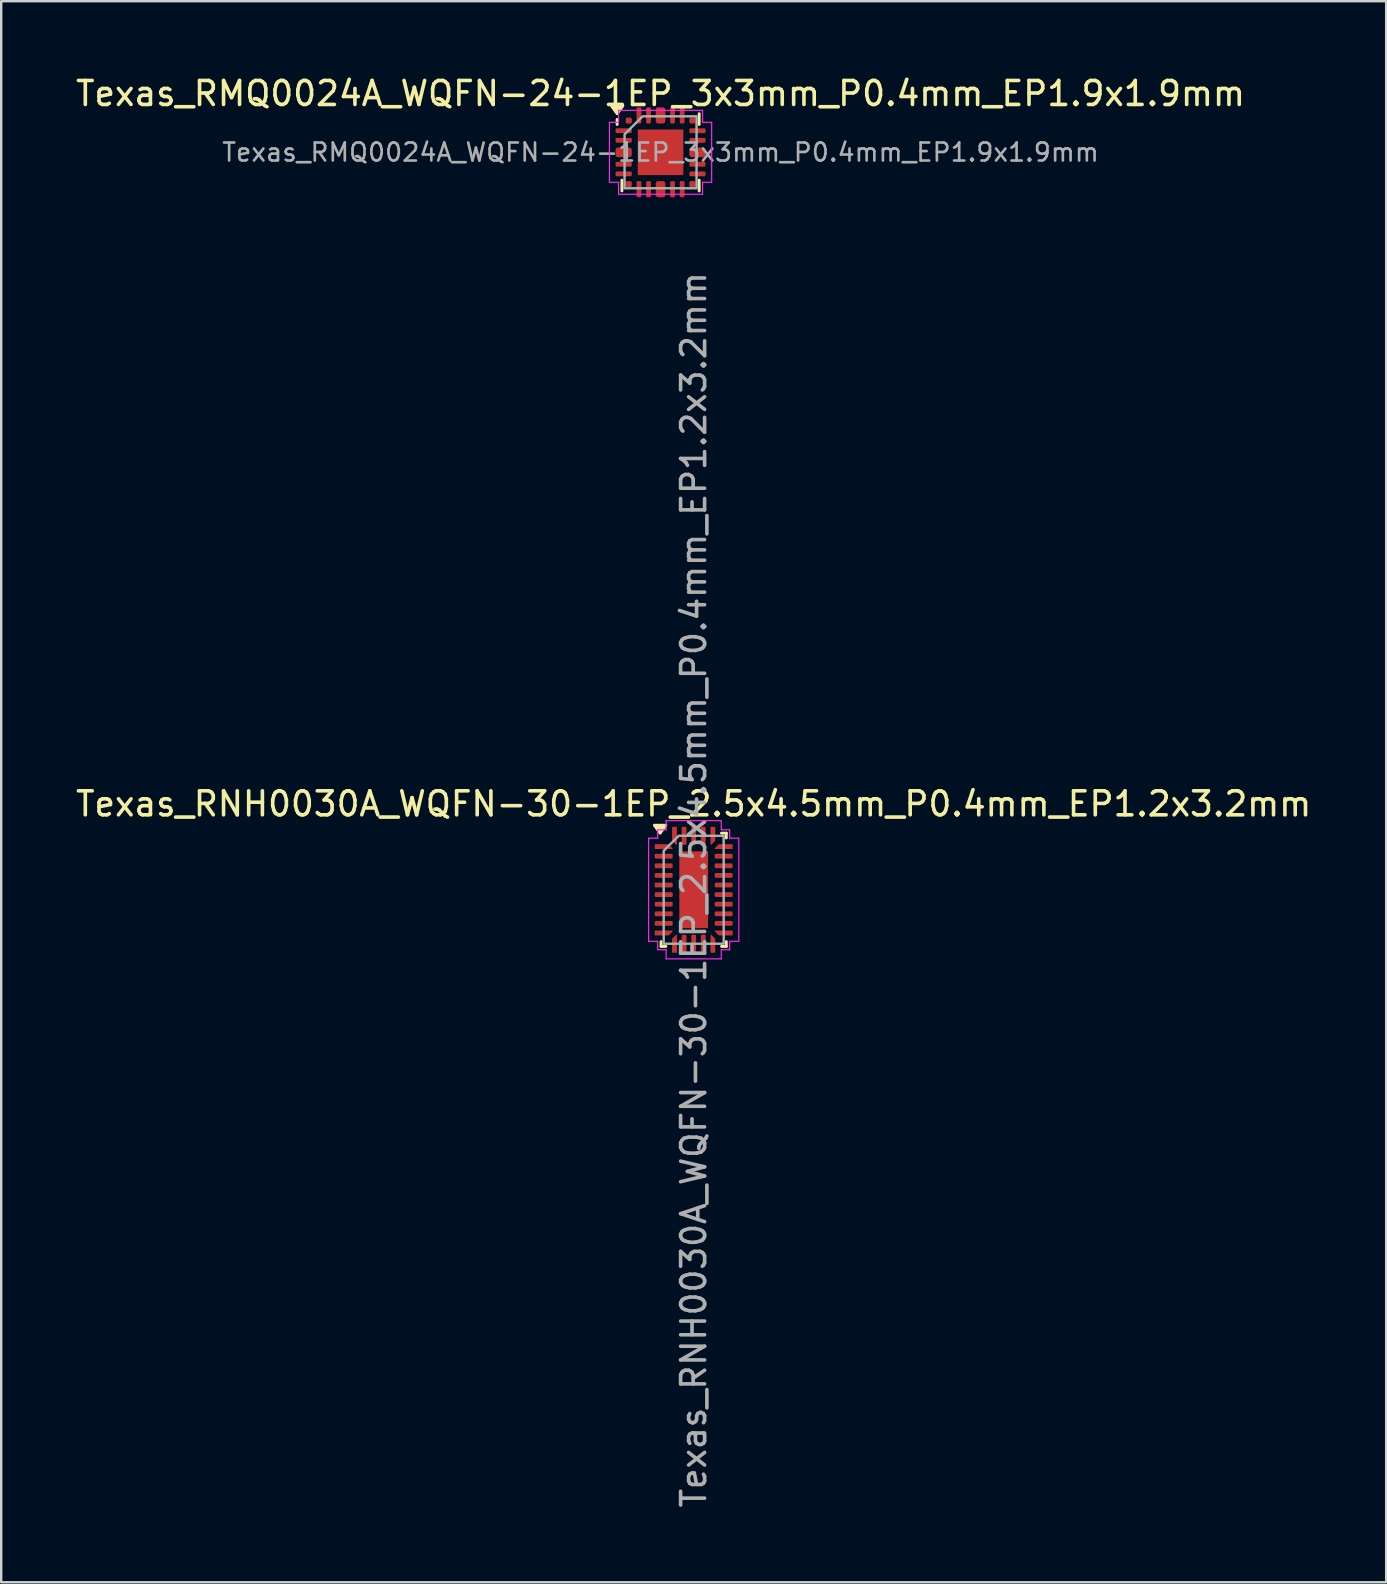
<source format=kicad_pcb>
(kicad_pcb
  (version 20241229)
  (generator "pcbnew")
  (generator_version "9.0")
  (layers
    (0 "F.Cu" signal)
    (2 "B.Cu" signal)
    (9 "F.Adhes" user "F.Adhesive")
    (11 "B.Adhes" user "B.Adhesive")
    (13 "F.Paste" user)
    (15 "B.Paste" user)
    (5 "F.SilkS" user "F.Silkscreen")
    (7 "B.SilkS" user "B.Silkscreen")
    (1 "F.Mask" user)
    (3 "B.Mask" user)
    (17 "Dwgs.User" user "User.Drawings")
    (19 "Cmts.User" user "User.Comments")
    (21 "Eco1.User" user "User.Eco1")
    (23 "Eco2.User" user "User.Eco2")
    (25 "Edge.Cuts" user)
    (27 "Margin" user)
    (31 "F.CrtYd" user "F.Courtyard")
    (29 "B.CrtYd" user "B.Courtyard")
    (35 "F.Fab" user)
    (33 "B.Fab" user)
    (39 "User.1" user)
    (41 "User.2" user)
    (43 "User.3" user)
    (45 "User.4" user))
  (footprint "Texas_RMQ0024A_WQFN-24-1EP_3x3mm_P0.4mm_EP1.9x1.9mm"
    (layer "F.Cu")
    (at 24.482 3.298)
    (property "Reference" "Texas_RMQ0024A_WQFN-24-1EP_3x3mm_P0.4mm_EP1.9x1.9mm" (at 0 -2.45 0) (layer "F.SilkS") (effects (font (size 1 1) (thickness 0.15))))
    (attr smd)
    (fp_line (start -1.81 -1.16) (end -1.81 -1.37) (stroke (width 0.12) (type solid)) (layer "F.SilkS"))
    (fp_line (start -1.61 1.61) (end -1.61 1.16) (stroke (width 0.12) (type solid)) (layer "F.SilkS"))
    (fp_line (start 1.61 -1.61) (end 1.61 -1.16) (stroke (width 0.12) (type solid)) (layer "F.SilkS"))
    (fp_line (start 1.61 1.61) (end 1.61 1.16) (stroke (width 0.12) (type solid)) (layer "F.SilkS"))
    (fp_poly (pts (xy -1.81 -1.61) (xy -2.05 -1.94) (xy -1.57 -1.94)) (stroke (width 0.12) (type solid)) (fill yes) (layer "F.SilkS"))
    (fp_line (start -2.13 -1.25) (end -1.75 -1.25) (stroke (width 0.05) (type solid)) (layer "F.CrtYd"))
    (fp_line (start -2.13 1.25) (end -2.13 -1.25) (stroke (width 0.05) (type solid)) (layer "F.CrtYd"))
    (fp_line (start -1.75 -1.75) (end 1.75 -1.75) (stroke (width 0.05) (type solid)) (layer "F.CrtYd"))
    (fp_line (start -1.75 -1.25) (end -1.75 -1.75) (stroke (width 0.05) (type solid)) (layer "F.CrtYd"))
    (fp_line (start -1.75 1.25) (end -2.13 1.25) (stroke (width 0.05) (type solid)) (layer "F.CrtYd"))
    (fp_line (start -1.75 1.75) (end -1.75 1.25) (stroke (width 0.05) (type solid)) (layer "F.CrtYd"))
    (fp_line (start 1.75 -1.75) (end 1.75 -1.25) (stroke (width 0.05) (type solid)) (layer "F.CrtYd"))
    (fp_line (start 1.75 -1.25) (end 2.13 -1.25) (stroke (width 0.05) (type solid)) (layer "F.CrtYd"))
    (fp_line (start 1.75 1.25) (end 1.75 1.75) (stroke (width 0.05) (type solid)) (layer "F.CrtYd"))
    (fp_line (start 1.75 1.75) (end -1.75 1.75) (stroke (width 0.05) (type solid)) (layer "F.CrtYd"))
    (fp_line (start 2.13 -1.25) (end 2.13 1.25) (stroke (width 0.05) (type solid)) (layer "F.CrtYd"))
    (fp_line (start 2.13 1.25) (end 1.75 1.25) (stroke (width 0.05) (type solid)) (layer "F.CrtYd"))
    (fp_poly (pts (xy -1.5 -0.75) (xy -1.5 1.5) (xy 1.5 1.5) (xy 1.5 -1.5) (xy -0.75 -1.5)) (stroke (width 0.1) (type solid)) (fill no) (layer "F.Fab"))
    (fp_text user "${REFERENCE}" (at 0 0 0) (layer "F.Fab") (effects (font (size 0.75 0.75) (thickness 0.11))))
    (pad "" smd roundrect (at 0 0) (size 1.53 1.53) (layers "F.Paste") (roundrect_rratio 0.163))
    (pad "1" smd roundrect (at -1.538 -0.9) (size 0.675 0.2) (layers "F.Cu" "F.Mask" "F.Paste") (roundrect_rratio 0.25))
    (pad "2" smd roundrect (at -1.538 -0.5) (size 0.675 0.2) (layers "F.Cu" "F.Mask" "F.Paste") (roundrect_rratio 0.25))
    (pad "3" smd roundrect (at -1.538 0) (size 0.675 0.4) (layers "F.Cu" "F.Mask" "F.Paste") (roundrect_rratio 0.25))
    (pad "4" smd roundrect (at -1.538 0.5) (size 0.675 0.2) (layers "F.Cu" "F.Mask" "F.Paste") (roundrect_rratio 0.25))
    (pad "5" smd roundrect (at -1.538 0.9) (size 0.675 0.2) (layers "F.Cu" "F.Mask" "F.Paste") (roundrect_rratio 0.25))
    (pad "6" smd roundrect (at -1.325 1.325) (size 0.25 0.25) (layers "F.Cu" "F.Mask" "F.Paste") (roundrect_rratio 0.25))
    (pad "7" smd roundrect (at -0.9 1.538) (size 0.2 0.675) (layers "F.Cu" "F.Mask" "F.Paste") (roundrect_rratio 0.25))
    (pad "8" smd roundrect (at -0.5 1.538) (size 0.2 0.675) (layers "F.Cu" "F.Mask" "F.Paste") (roundrect_rratio 0.25))
    (pad "9" smd roundrect (at 0 1.538) (size 0.4 0.675) (layers "F.Cu" "F.Mask" "F.Paste") (roundrect_rratio 0.25))
    (pad "10" smd roundrect (at 0.5 1.538) (size 0.2 0.675) (layers "F.Cu" "F.Mask" "F.Paste") (roundrect_rratio 0.25))
    (pad "11" smd roundrect (at 0.9 1.538) (size 0.2 0.675) (layers "F.Cu" "F.Mask" "F.Paste") (roundrect_rratio 0.25))
    (pad "12" smd roundrect (at 1.325 1.325) (size 0.25 0.25) (layers "F.Cu" "F.Mask" "F.Paste") (roundrect_rratio 0.25))
    (pad "13" smd roundrect (at 1.538 0.9) (size 0.675 0.2) (layers "F.Cu" "F.Mask" "F.Paste") (roundrect_rratio 0.25))
    (pad "14" smd roundrect (at 1.538 0.5) (size 0.675 0.2) (layers "F.Cu" "F.Mask" "F.Paste") (roundrect_rratio 0.25))
    (pad "15" smd roundrect (at 1.538 0) (size 0.675 0.4) (layers "F.Cu" "F.Mask" "F.Paste") (roundrect_rratio 0.25))
    (pad "16" smd roundrect (at 1.538 -0.5) (size 0.675 0.2) (layers "F.Cu" "F.Mask" "F.Paste") (roundrect_rratio 0.25))
    (pad "17" smd roundrect (at 1.538 -0.9) (size 0.675 0.2) (layers "F.Cu" "F.Mask" "F.Paste") (roundrect_rratio 0.25))
    (pad "18" smd roundrect (at 1.325 -1.325) (size 0.25 0.25) (layers "F.Cu" "F.Mask" "F.Paste") (roundrect_rratio 0.25))
    (pad "19" smd roundrect (at 0.9 -1.538) (size 0.2 0.675) (layers "F.Cu" "F.Mask" "F.Paste") (roundrect_rratio 0.25))
    (pad "20" smd roundrect (at 0.5 -1.538) (size 0.2 0.675) (layers "F.Cu" "F.Mask" "F.Paste") (roundrect_rratio 0.25))
    (pad "21" smd roundrect (at 0 -1.538) (size 0.4 0.675) (layers "F.Cu" "F.Mask" "F.Paste") (roundrect_rratio 0.25))
    (pad "22" smd roundrect (at -0.5 -1.538) (size 0.2 0.675) (layers "F.Cu" "F.Mask" "F.Paste") (roundrect_rratio 0.25))
    (pad "23" smd roundrect (at -0.9 -1.538) (size 0.2 0.675) (layers "F.Cu" "F.Mask" "F.Paste") (roundrect_rratio 0.25))
    (pad "24" smd roundrect (at -1.325 -1.325) (size 0.25 0.25) (layers "F.Cu" "F.Mask" "F.Paste") (roundrect_rratio 0.25))
    (pad "25" smd rect (at 0 0) (size 1.9 1.9) (property pad_prop_heatsink) (layers "F.Cu" "F.Mask")))
  (footprint "Texas_RNH0030A_WQFN-30-1EP_2.5x4.5mm_P0.4mm_EP1.2x3.2mm"
    (layer "F.Cu")
    (at 25.863 34.036)
    (property "Reference" "Texas_RNH0030A_WQFN-30-1EP_2.5x4.5mm_P0.4mm_EP1.2x3.2mm" (at 0 -3.58 0) (layer "F.SilkS") (effects (font (size 1 1) (thickness 0.15))))
    (attr smd)
    (fp_line (start -1.36 2.36) (end -1.36 2.16) (stroke (width 0.12) (type solid)) (layer "F.SilkS"))
    (fp_line (start -1.16 2.36) (end -1.36 2.36) (stroke (width 0.12) (type solid)) (layer "F.SilkS"))
    (fp_line (start 1.16 -2.36) (end 1.36 -2.36) (stroke (width 0.12) (type solid)) (layer "F.SilkS"))
    (fp_line (start 1.16 2.36) (end 1.36 2.36) (stroke (width 0.12) (type solid)) (layer "F.SilkS"))
    (fp_line (start 1.36 -2.36) (end 1.36 -2.16) (stroke (width 0.12) (type solid)) (layer "F.SilkS"))
    (fp_line (start 1.36 2.36) (end 1.36 2.16) (stroke (width 0.12) (type solid)) (layer "F.SilkS"))
    (fp_poly (pts (xy -1.4 -2.36) (xy -1.64 -2.69) (xy -1.16 -2.69)) (stroke (width 0.12) (type solid)) (fill yes) (layer "F.SilkS"))
    (fp_line (start -1.88 -2.15) (end -1.5 -2.15) (stroke (width 0.05) (type solid)) (layer "F.CrtYd"))
    (fp_line (start -1.88 2.15) (end -1.88 -2.15) (stroke (width 0.05) (type solid)) (layer "F.CrtYd"))
    (fp_line (start -1.5 -2.5) (end -1.15 -2.5) (stroke (width 0.05) (type solid)) (layer "F.CrtYd"))
    (fp_line (start -1.5 -2.15) (end -1.5 -2.5) (stroke (width 0.05) (type solid)) (layer "F.CrtYd"))
    (fp_line (start -1.5 2.15) (end -1.88 2.15) (stroke (width 0.05) (type solid)) (layer "F.CrtYd"))
    (fp_line (start -1.5 2.5) (end -1.5 2.15) (stroke (width 0.05) (type solid)) (layer "F.CrtYd"))
    (fp_line (start -1.15 -2.88) (end 1.15 -2.88) (stroke (width 0.05) (type solid)) (layer "F.CrtYd"))
    (fp_line (start -1.15 -2.5) (end -1.15 -2.88) (stroke (width 0.05) (type solid)) (layer "F.CrtYd"))
    (fp_line (start -1.15 2.5) (end -1.5 2.5) (stroke (width 0.05) (type solid)) (layer "F.CrtYd"))
    (fp_line (start -1.15 2.88) (end -1.15 2.5) (stroke (width 0.05) (type solid)) (layer "F.CrtYd"))
    (fp_line (start 1.15 -2.88) (end 1.15 -2.5) (stroke (width 0.05) (type solid)) (layer "F.CrtYd"))
    (fp_line (start 1.15 -2.5) (end 1.5 -2.5) (stroke (width 0.05) (type solid)) (layer "F.CrtYd"))
    (fp_line (start 1.15 2.5) (end 1.15 2.88) (stroke (width 0.05) (type solid)) (layer "F.CrtYd"))
    (fp_line (start 1.15 2.88) (end -1.15 2.88) (stroke (width 0.05) (type solid)) (layer "F.CrtYd"))
    (fp_line (start 1.5 -2.5) (end 1.5 -2.15) (stroke (width 0.05) (type solid)) (layer "F.CrtYd"))
    (fp_line (start 1.5 -2.15) (end 1.88 -2.15) (stroke (width 0.05) (type solid)) (layer "F.CrtYd"))
    (fp_line (start 1.5 2.15) (end 1.5 2.5) (stroke (width 0.05) (type solid)) (layer "F.CrtYd"))
    (fp_line (start 1.5 2.5) (end 1.15 2.5) (stroke (width 0.05) (type solid)) (layer "F.CrtYd"))
    (fp_line (start 1.88 -2.15) (end 1.88 2.15) (stroke (width 0.05) (type solid)) (layer "F.CrtYd"))
    (fp_line (start 1.88 2.15) (end 1.5 2.15) (stroke (width 0.05) (type solid)) (layer "F.CrtYd"))
    (fp_poly (pts (xy -1.25 -1.625) (xy -1.25 2.25) (xy 1.25 2.25) (xy 1.25 -2.25) (xy -0.625 -2.25)) (stroke (width 0.1) (type solid)) (fill no) (layer "F.Fab"))
    (fp_text user "${REFERENCE}" (at 0 0 90) (layer "F.Fab") (effects (font (size 1 1) (thickness 0.15))))
    (pad "" smd roundrect (at 0 -0.8) (size 1.09 1.45) (layers "F.Paste") (roundrect_rratio 0.229))
    (pad "" smd roundrect (at 0 0.8) (size 1.09 1.45) (layers "F.Paste") (roundrect_rratio 0.229))
    (pad "1" smd custom (at -1.25 -1.8) (size 0.082 0.082) (layers "F.Cu" "F.Mask" "F.Paste") (options (anchor circle)) (primitives (gr_poly (pts (xy -0.358 -0.084) (xy 0.201 -0.084) (xy 0.358 0.074) (xy 0.358 0.084) (xy -0.358 0.084)) (width 0.033) (fill yes))))
    (pad "2" smd roundrect (at -1.25 -1.4) (size 0.75 0.2) (layers "F.Cu" "F.Mask" "F.Paste") (roundrect_rratio 0.25))
    (pad "3" smd roundrect (at -1.25 -1) (size 0.75 0.2) (layers "F.Cu" "F.Mask" "F.Paste") (roundrect_rratio 0.25))
    (pad "4" smd roundrect (at -1.25 -0.6) (size 0.75 0.2) (layers "F.Cu" "F.Mask" "F.Paste") (roundrect_rratio 0.25))
    (pad "5" smd roundrect (at -1.25 -0.2) (size 0.75 0.2) (layers "F.Cu" "F.Mask" "F.Paste") (roundrect_rratio 0.25))
    (pad "6" smd roundrect (at -1.25 0.2) (size 0.75 0.2) (layers "F.Cu" "F.Mask" "F.Paste") (roundrect_rratio 0.25))
    (pad "7" smd roundrect (at -1.25 0.6) (size 0.75 0.2) (layers "F.Cu" "F.Mask" "F.Paste") (roundrect_rratio 0.25))
    (pad "8" smd roundrect (at -1.25 1) (size 0.75 0.2) (layers "F.Cu" "F.Mask" "F.Paste") (roundrect_rratio 0.25))
    (pad "9" smd roundrect (at -1.25 1.4) (size 0.75 0.2) (layers "F.Cu" "F.Mask" "F.Paste") (roundrect_rratio 0.25))
    (pad "10" smd custom (at -1.25 1.8) (size 0.082 0.082) (layers "F.Cu" "F.Mask" "F.Paste") (options (anchor circle)) (primitives (gr_poly (pts (xy -0.358 -0.084) (xy 0.358 -0.084) (xy 0.358 -0.074) (xy 0.201 0.084) (xy -0.358 0.084)) (width 0.033) (fill yes))))
    (pad "11" smd custom (at -0.8 2.25) (size 0.082 0.082) (layers "F.Cu" "F.Mask" "F.Paste") (options (anchor circle)) (primitives (gr_poly (pts (xy -0.084 -0.201) (xy 0.074 -0.358) (xy 0.084 -0.358) (xy 0.084 0.358) (xy -0.084 0.358)) (width 0.033) (fill yes))))
    (pad "12" smd roundrect (at -0.4 2.25) (size 0.2 0.75) (layers "F.Cu" "F.Mask" "F.Paste") (roundrect_rratio 0.25))
    (pad "13" smd roundrect (at 0 2.25) (size 0.2 0.75) (layers "F.Cu" "F.Mask" "F.Paste") (roundrect_rratio 0.25))
    (pad "14" smd roundrect (at 0.4 2.25) (size 0.2 0.75) (layers "F.Cu" "F.Mask" "F.Paste") (roundrect_rratio 0.25))
    (pad "15" smd custom (at 0.8 2.25) (size 0.082 0.082) (layers "F.Cu" "F.Mask" "F.Paste") (options (anchor circle)) (primitives (gr_poly (pts (xy -0.084 -0.358) (xy -0.074 -0.358) (xy 0.084 -0.201) (xy 0.084 0.358) (xy -0.084 0.358)) (width 0.033) (fill yes))))
    (pad "16" smd custom (at 1.25 1.8) (size 0.082 0.082) (layers "F.Cu" "F.Mask" "F.Paste") (options (anchor circle)) (primitives (gr_poly (pts (xy -0.358 -0.084) (xy 0.358 -0.084) (xy 0.358 0.084) (xy -0.201 0.084) (xy -0.358 -0.074)) (width 0.033) (fill yes))))
    (pad "17" smd roundrect (at 1.25 1.4) (size 0.75 0.2) (layers "F.Cu" "F.Mask" "F.Paste") (roundrect_rratio 0.25))
    (pad "18" smd roundrect (at 1.25 1) (size 0.75 0.2) (layers "F.Cu" "F.Mask" "F.Paste") (roundrect_rratio 0.25))
    (pad "19" smd roundrect (at 1.25 0.6) (size 0.75 0.2) (layers "F.Cu" "F.Mask" "F.Paste") (roundrect_rratio 0.25))
    (pad "20" smd roundrect (at 1.25 0.2) (size 0.75 0.2) (layers "F.Cu" "F.Mask" "F.Paste") (roundrect_rratio 0.25))
    (pad "21" smd roundrect (at 1.25 -0.2) (size 0.75 0.2) (layers "F.Cu" "F.Mask" "F.Paste") (roundrect_rratio 0.25))
    (pad "22" smd roundrect (at 1.25 -0.6) (size 0.75 0.2) (layers "F.Cu" "F.Mask" "F.Paste") (roundrect_rratio 0.25))
    (pad "23" smd roundrect (at 1.25 -1) (size 0.75 0.2) (layers "F.Cu" "F.Mask" "F.Paste") (roundrect_rratio 0.25))
    (pad "24" smd roundrect (at 1.25 -1.4) (size 0.75 0.2) (layers "F.Cu" "F.Mask" "F.Paste") (roundrect_rratio 0.25))
    (pad "25" smd custom (at 1.25 -1.8) (size 0.082 0.082) (layers "F.Cu" "F.Mask" "F.Paste") (options (anchor circle)) (primitives (gr_poly (pts (xy -0.358 0.074) (xy -0.201 -0.084) (xy 0.358 -0.084) (xy 0.358 0.084) (xy -0.358 0.084)) (width 0.033) (fill yes))))
    (pad "26" smd custom (at 0.8 -2.25) (size 0.082 0.082) (layers "F.Cu" "F.Mask" "F.Paste") (options (anchor circle)) (primitives (gr_poly (pts (xy -0.084 -0.358) (xy 0.084 -0.358) (xy 0.084 0.201) (xy -0.074 0.358) (xy -0.084 0.358)) (width 0.033) (fill yes))))
    (pad "27" smd roundrect (at 0.4 -2.25) (size 0.2 0.75) (layers "F.Cu" "F.Mask" "F.Paste") (roundrect_rratio 0.25))
    (pad "28" smd roundrect (at 0 -2.25) (size 0.2 0.75) (layers "F.Cu" "F.Mask" "F.Paste") (roundrect_rratio 0.25))
    (pad "29" smd roundrect (at -0.4 -2.25) (size 0.2 0.75) (layers "F.Cu" "F.Mask" "F.Paste") (roundrect_rratio 0.25))
    (pad "30" smd custom (at -0.8 -2.25) (size 0.082 0.082) (layers "F.Cu" "F.Mask" "F.Paste") (options (anchor circle)) (primitives (gr_poly (pts (xy -0.084 -0.358) (xy 0.084 -0.358) (xy 0.084 0.358) (xy 0.074 0.358) (xy -0.084 0.201)) (width 0.033) (fill yes))))
    (pad "31" smd rect (at 0 0) (size 1.2 3.2) (property pad_prop_heatsink) (layers "F.Cu" "F.Mask")))
  (gr_rect
    (start -3 -3)
    (end 54.726 62.899)
    (stroke (width 0.1) (type default))
    (fill no)
    (layer "Edge.Cuts")))
</source>
